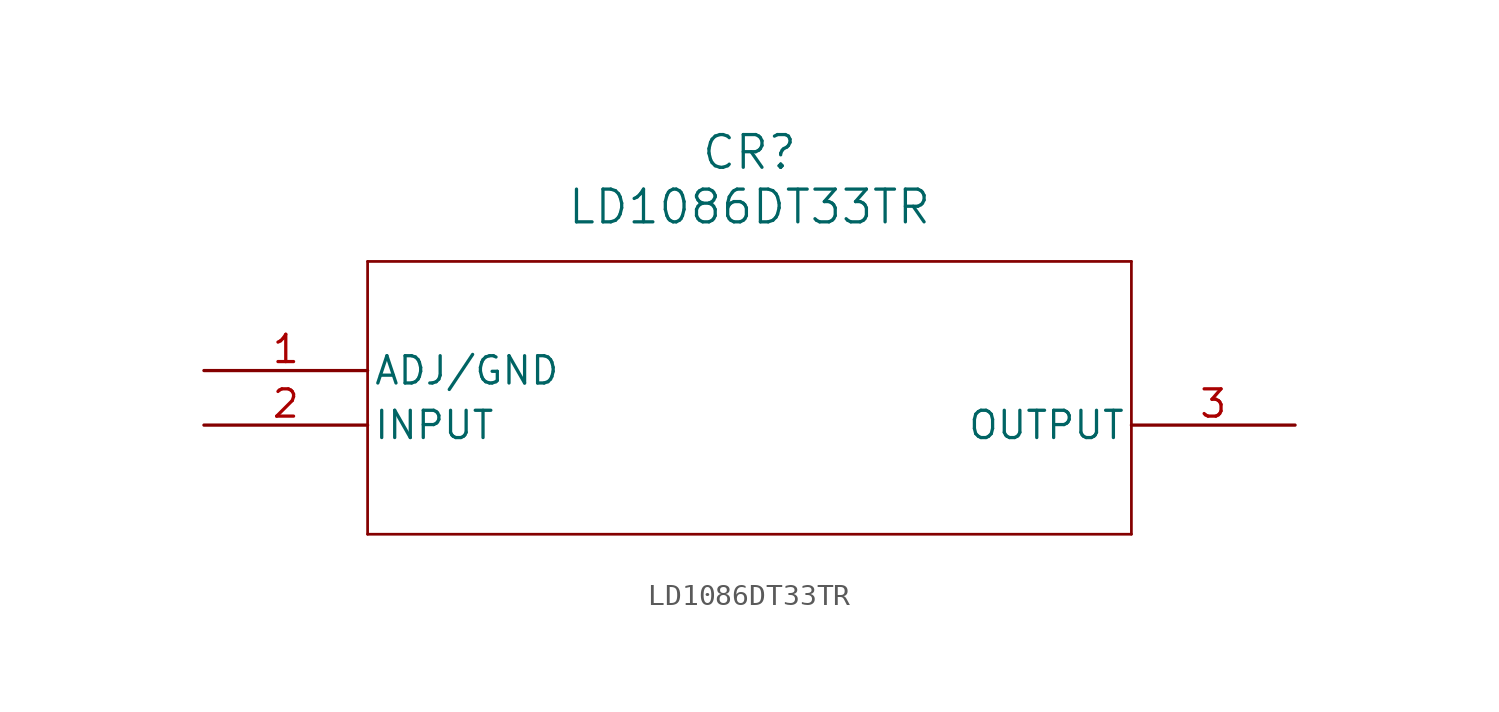
<source format=kicad_sym>
(kicad_symbol_lib
  (version 20211014)
  (generator kicad_symbol_editor)
  (symbol "LD1086DT33TR"
    (pin_names
      (offset 0.254))
    (property "Reference" "CR"
      (at 25.4 10.16 0)
      (effects (font (size 1.524 1.524))))
    (property "Value" "LD1086DT33TR"
      (at 25.4 7.62 0)
      (effects (font (size 1.524 1.524))))
    (symbol "LD1086DT33TR_0_1"
      (polyline (pts (xy 7.62 5.08) (xy 7.62 -7.62)) (stroke (width 0.127) (type default) (color 0 0 0 0)) (fill (type none)))
      (polyline (pts (xy 7.62 -7.62) (xy 43.18 -7.62)) (stroke (width 0.127) (type default) (color 0 0 0 0)) (fill (type none)))
      (polyline (pts (xy 43.18 -7.62) (xy 43.18 5.08)) (stroke (width 0.127) (type default) (color 0 0 0 0)) (fill (type none)))
      (polyline (pts (xy 43.18 5.08) (xy 7.62 5.08)) (stroke (width 0.127) (type default) (color 0 0 0 0)) (fill (type none)))
      (pin power_out line (at 0 0 0) (length 7.62) (name "ADJ/GND" (effects (font (size 1.27 1.27)))) (number "1" (effects (font (size 1.27 1.27)))))
      (pin input line (at 0 -2.54 0) (length 7.62) (name "INPUT" (effects (font (size 1.27 1.27)))) (number "2" (effects (font (size 1.27 1.27)))))
      (pin output line (at 50.8 -2.54 180) (length 7.62) (name "OUTPUT" (effects (font (size 1.27 1.27)))) (number "3" (effects (font (size 1.27 1.27))))))))
</source>
